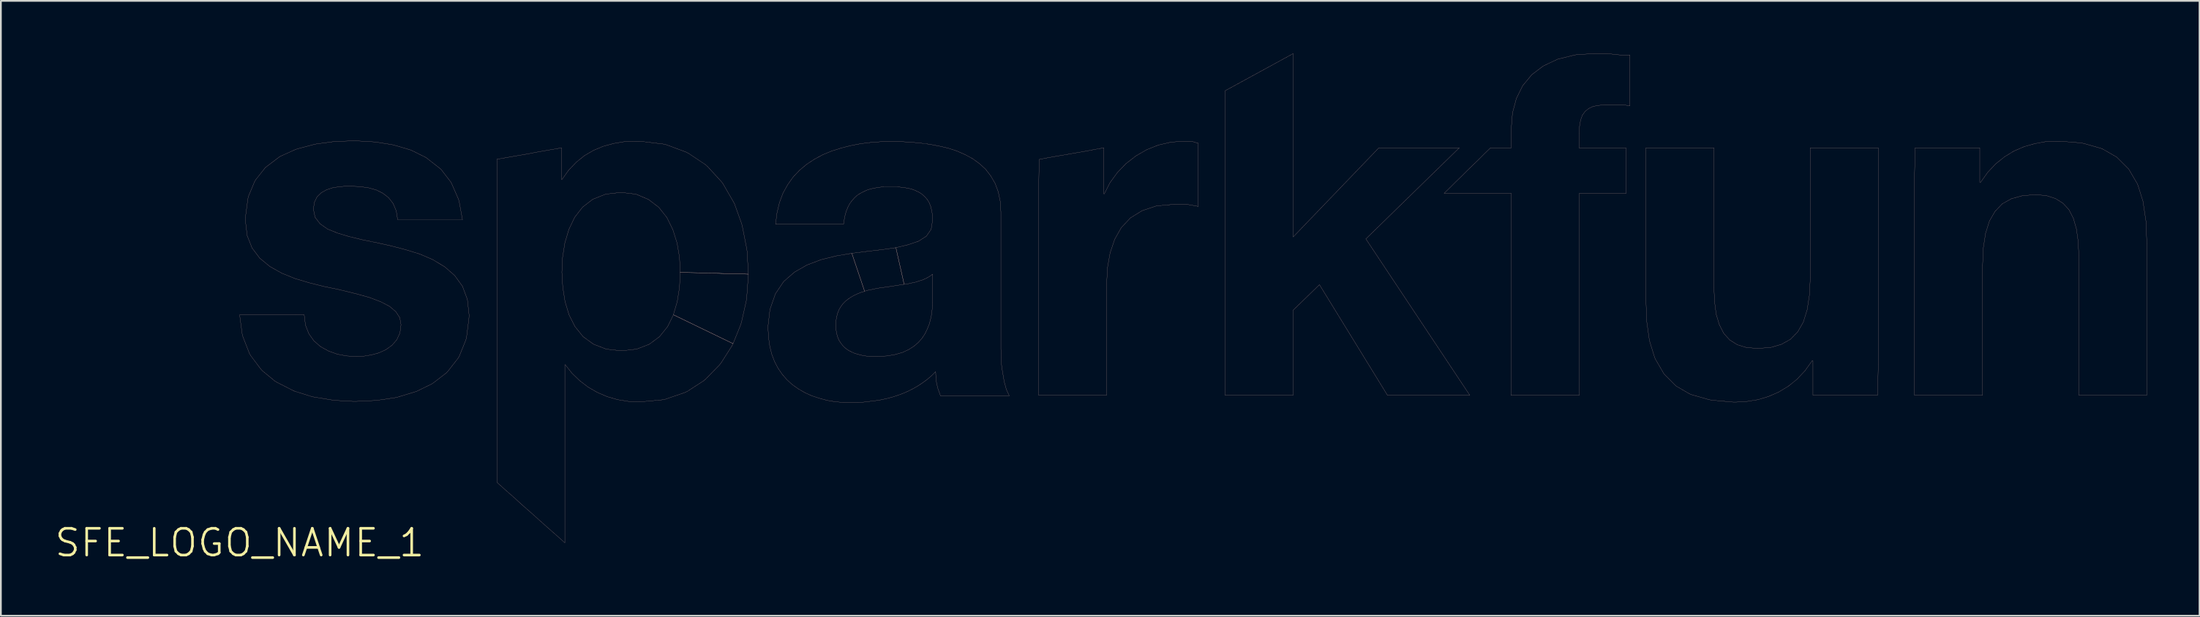
<source format=kicad_pcb>
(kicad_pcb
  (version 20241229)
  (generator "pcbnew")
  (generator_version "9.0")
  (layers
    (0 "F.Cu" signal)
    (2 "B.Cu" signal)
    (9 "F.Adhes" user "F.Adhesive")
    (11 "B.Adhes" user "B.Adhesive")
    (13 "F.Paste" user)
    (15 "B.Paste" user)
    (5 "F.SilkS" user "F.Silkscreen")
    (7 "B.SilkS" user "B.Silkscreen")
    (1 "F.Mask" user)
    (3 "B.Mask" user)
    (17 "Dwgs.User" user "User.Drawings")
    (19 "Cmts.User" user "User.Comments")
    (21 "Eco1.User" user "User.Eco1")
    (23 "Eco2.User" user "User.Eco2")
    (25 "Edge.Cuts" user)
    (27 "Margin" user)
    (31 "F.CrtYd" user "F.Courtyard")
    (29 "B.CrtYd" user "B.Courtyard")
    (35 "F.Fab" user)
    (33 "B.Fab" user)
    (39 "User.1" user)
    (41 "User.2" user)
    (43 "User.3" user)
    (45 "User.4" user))
  (footprint "SFE_LOGO_NAME_1"
    (layer "F.Cu")
    (at 10.595 27.883)
    (property "Reference" "SFE_LOGO_NAME_1" (at 0 0 0) (layer "F.SilkS") (effects (font (size 1.524 1.524) (thickness 0.15))))
    (attr exclude_from_pos_files exclude_from_bom)
    (fp_line (start 0 -12.99) (end 3.218 -12.99) (stroke (width 0.008) (type solid)) (layer "B.SilkS"))
    (fp_line (start 0.15 -11.869) (end 0 -12.99) (stroke (width 0.008) (type solid)) (layer "B.SilkS"))
    (fp_line (start 0.188 -11.74) (end 0.15 -11.869) (stroke (width 0.008) (type solid)) (layer "B.SilkS"))
    (fp_line (start 0.328 -18.539) (end 0.47 -19.599) (stroke (width 0.008) (type solid)) (layer "B.SilkS"))
    (fp_line (start 0.328 -18.369) (end 0.328 -18.539) (stroke (width 0.008) (type solid)) (layer "B.SilkS"))
    (fp_line (start 0.429 -17.508) (end 0.328 -18.369) (stroke (width 0.008) (type solid)) (layer "B.SilkS"))
    (fp_line (start 0.47 -19.599) (end 0.498 -19.738) (stroke (width 0.008) (type solid)) (layer "B.SilkS"))
    (fp_line (start 0.498 -19.738) (end 0.859 -20.599) (stroke (width 0.008) (type solid)) (layer "B.SilkS"))
    (fp_line (start 0.559 -10.79) (end 0.188 -11.74) (stroke (width 0.008) (type solid)) (layer "B.SilkS"))
    (fp_line (start 0.63 -10.668) (end 0.559 -10.79) (stroke (width 0.008) (type solid)) (layer "B.SilkS"))
    (fp_line (start 0.709 -16.8) (end 0.429 -17.508) (stroke (width 0.008) (type solid)) (layer "B.SilkS"))
    (fp_line (start 0.859 -20.599) (end 0.93 -20.709) (stroke (width 0.008) (type solid)) (layer "B.SilkS"))
    (fp_line (start 0.93 -20.709) (end 1.468 -21.389) (stroke (width 0.008) (type solid)) (layer "B.SilkS"))
    (fp_line (start 1.148 -16.218) (end 0.709 -16.8) (stroke (width 0.008) (type solid)) (layer "B.SilkS"))
    (fp_line (start 1.199 -9.909) (end 0.63 -10.668) (stroke (width 0.008) (type solid)) (layer "B.SilkS"))
    (fp_line (start 1.288 -9.809) (end 1.199 -9.909) (stroke (width 0.008) (type solid)) (layer "B.SilkS"))
    (fp_line (start 1.468 -21.389) (end 2.258 -21.989) (stroke (width 0.008) (type solid)) (layer "B.SilkS"))
    (fp_line (start 1.72 -15.748) (end 1.148 -16.218) (stroke (width 0.008) (type solid)) (layer "B.SilkS"))
    (fp_line (start 2.019 -9.207) (end 1.288 -9.809) (stroke (width 0.008) (type solid)) (layer "B.SilkS"))
    (fp_line (start 2.139 -9.139) (end 2.019 -9.207) (stroke (width 0.008) (type solid)) (layer "B.SilkS"))
    (fp_line (start 2.258 -21.989) (end 2.37 -22.05) (stroke (width 0.008) (type solid)) (layer "B.SilkS"))
    (fp_line (start 2.37 -22.05) (end 3.188 -22.418) (stroke (width 0.008) (type solid)) (layer "B.SilkS"))
    (fp_line (start 2.388 -15.37) (end 1.72 -15.748) (stroke (width 0.008) (type solid)) (layer "B.SilkS"))
    (fp_line (start 3 -8.7) (end 2.139 -9.139) (stroke (width 0.008) (type solid)) (layer "B.SilkS"))
    (fp_line (start 3.129 -8.639) (end 3 -8.7) (stroke (width 0.008) (type solid)) (layer "B.SilkS"))
    (fp_line (start 3.15 -15.06) (end 2.388 -15.37) (stroke (width 0.008) (type solid)) (layer "B.SilkS"))
    (fp_line (start 3.188 -22.418) (end 3.32 -22.459) (stroke (width 0.008) (type solid)) (layer "B.SilkS"))
    (fp_line (start 3.218 -12.99) (end 3.678 -12.99) (stroke (width 0.008) (type solid)) (layer "B.SilkS"))
    (fp_line (start 3.32 -22.459) (end 4.229 -22.7) (stroke (width 0.008) (type solid)) (layer "B.SilkS"))
    (fp_line (start 3.678 -12.99) (end 3.749 -12.408) (stroke (width 0.008) (type solid)) (layer "B.SilkS"))
    (fp_line (start 3.749 -12.408) (end 3.94 -11.918) (stroke (width 0.008) (type solid)) (layer "B.SilkS"))
    (fp_line (start 3.94 -11.918) (end 4.229 -11.509) (stroke (width 0.008) (type solid)) (layer "B.SilkS"))
    (fp_line (start 3.96 -14.818) (end 3.15 -15.06) (stroke (width 0.008) (type solid)) (layer "B.SilkS"))
    (fp_line (start 4.089 -8.339) (end 3.129 -8.639) (stroke (width 0.008) (type solid)) (layer "B.SilkS"))
    (fp_line (start 4.199 -19.02) (end 4.298 -18.55) (stroke (width 0.008) (type solid)) (layer "B.SilkS"))
    (fp_line (start 4.229 -22.7) (end 4.359 -22.728) (stroke (width 0.008) (type solid)) (layer "B.SilkS"))
    (fp_line (start 4.229 -11.509) (end 4.608 -11.179) (stroke (width 0.008) (type solid)) (layer "B.SilkS"))
    (fp_line (start 4.229 -8.308) (end 4.089 -8.339) (stroke (width 0.008) (type solid)) (layer "B.SilkS"))
    (fp_line (start 4.26 -19.408) (end 4.199 -19.02) (stroke (width 0.008) (type solid)) (layer "B.SilkS"))
    (fp_line (start 4.298 -18.55) (end 4.58 -18.179) (stroke (width 0.008) (type solid)) (layer "B.SilkS"))
    (fp_line (start 4.359 -22.728) (end 5.329 -22.86) (stroke (width 0.008) (type solid)) (layer "B.SilkS"))
    (fp_line (start 4.409 -19.718) (end 4.26 -19.408) (stroke (width 0.008) (type solid)) (layer "B.SilkS"))
    (fp_line (start 4.58 -18.179) (end 5.009 -17.879) (stroke (width 0.008) (type solid)) (layer "B.SilkS"))
    (fp_line (start 4.608 -11.179) (end 5.06 -10.93) (stroke (width 0.008) (type solid)) (layer "B.SilkS"))
    (fp_line (start 4.648 -19.949) (end 4.409 -19.718) (stroke (width 0.008) (type solid)) (layer "B.SilkS"))
    (fp_line (start 4.798 -14.608) (end 3.96 -14.818) (stroke (width 0.008) (type solid)) (layer "B.SilkS"))
    (fp_line (start 4.948 -20.119) (end 4.648 -19.949) (stroke (width 0.008) (type solid)) (layer "B.SilkS"))
    (fp_line (start 5.009 -17.879) (end 5.578 -17.648) (stroke (width 0.008) (type solid)) (layer "B.SilkS"))
    (fp_line (start 5.06 -10.93) (end 5.558 -10.749) (stroke (width 0.008) (type solid)) (layer "B.SilkS"))
    (fp_line (start 5.258 -8.138) (end 4.229 -8.308) (stroke (width 0.008) (type solid)) (layer "B.SilkS"))
    (fp_line (start 5.288 -20.229) (end 4.948 -20.119) (stroke (width 0.008) (type solid)) (layer "B.SilkS"))
    (fp_line (start 5.329 -22.86) (end 5.469 -22.868) (stroke (width 0.008) (type solid)) (layer "B.SilkS"))
    (fp_line (start 5.408 -8.118) (end 5.258 -8.138) (stroke (width 0.008) (type solid)) (layer "B.SilkS"))
    (fp_line (start 5.469 -22.868) (end 6.459 -22.908) (stroke (width 0.008) (type solid)) (layer "B.SilkS"))
    (fp_line (start 5.558 -10.749) (end 6.099 -10.648) (stroke (width 0.008) (type solid)) (layer "B.SilkS"))
    (fp_line (start 5.578 -17.648) (end 6.238 -17.45) (stroke (width 0.008) (type solid)) (layer "B.SilkS"))
    (fp_line (start 5.649 -20.29) (end 5.288 -20.229) (stroke (width 0.008) (type solid)) (layer "B.SilkS"))
    (fp_line (start 5.659 -14.43) (end 4.798 -14.608) (stroke (width 0.008) (type solid)) (layer "B.SilkS"))
    (fp_line (start 5.779 -14.399) (end 5.659 -14.43) (stroke (width 0.008) (type solid)) (layer "B.SilkS"))
    (fp_line (start 6.01 -20.32) (end 5.649 -20.29) (stroke (width 0.008) (type solid)) (layer "B.SilkS"))
    (fp_line (start 6.099 -10.648) (end 6.66 -10.62) (stroke (width 0.008) (type solid)) (layer "B.SilkS"))
    (fp_line (start 6.238 -17.45) (end 6.988 -17.269) (stroke (width 0.008) (type solid)) (layer "B.SilkS"))
    (fp_line (start 6.358 -20.32) (end 6.01 -20.32) (stroke (width 0.008) (type solid)) (layer "B.SilkS"))
    (fp_line (start 6.459 -22.908) (end 6.609 -22.908) (stroke (width 0.008) (type solid)) (layer "B.SilkS"))
    (fp_line (start 6.469 -8.059) (end 5.408 -8.118) (stroke (width 0.008) (type solid)) (layer "B.SilkS"))
    (fp_line (start 6.609 -22.908) (end 7.6 -22.85) (stroke (width 0.008) (type solid)) (layer "B.SilkS"))
    (fp_line (start 6.629 -8.059) (end 6.469 -8.059) (stroke (width 0.008) (type solid)) (layer "B.SilkS"))
    (fp_line (start 6.65 -14.188) (end 5.779 -14.399) (stroke (width 0.008) (type solid)) (layer "B.SilkS"))
    (fp_line (start 6.66 -10.62) (end 7.079 -10.638) (stroke (width 0.008) (type solid)) (layer "B.SilkS"))
    (fp_line (start 6.858 -20.3) (end 6.358 -20.32) (stroke (width 0.008) (type solid)) (layer "B.SilkS"))
    (fp_line (start 6.988 -17.269) (end 7.777 -17.109) (stroke (width 0.008) (type solid)) (layer "B.SilkS"))
    (fp_line (start 7.079 -10.638) (end 7.508 -10.709) (stroke (width 0.008) (type solid)) (layer "B.SilkS"))
    (fp_line (start 7.338 -20.229) (end 6.858 -20.3) (stroke (width 0.008) (type solid)) (layer "B.SilkS"))
    (fp_line (start 7.399 -13.978) (end 6.65 -14.188) (stroke (width 0.008) (type solid)) (layer "B.SilkS"))
    (fp_line (start 7.508 -10.709) (end 7.938 -10.828) (stroke (width 0.008) (type solid)) (layer "B.SilkS"))
    (fp_line (start 7.6 -22.85) (end 7.739 -22.84) (stroke (width 0.008) (type solid)) (layer "B.SilkS"))
    (fp_line (start 7.668 -8.108) (end 6.629 -8.059) (stroke (width 0.008) (type solid)) (layer "B.SilkS"))
    (fp_line (start 7.739 -22.84) (end 8.679 -22.69) (stroke (width 0.008) (type solid)) (layer "B.SilkS"))
    (fp_line (start 7.777 -20.109) (end 7.338 -20.229) (stroke (width 0.008) (type solid)) (layer "B.SilkS"))
    (fp_line (start 7.777 -17.109) (end 8.588 -16.929) (stroke (width 0.008) (type solid)) (layer "B.SilkS"))
    (fp_line (start 7.818 -8.118) (end 7.668 -8.108) (stroke (width 0.008) (type solid)) (layer "B.SilkS"))
    (fp_line (start 7.938 -10.828) (end 8.329 -11.008) (stroke (width 0.008) (type solid)) (layer "B.SilkS"))
    (fp_line (start 8.029 -13.739) (end 7.399 -13.978) (stroke (width 0.008) (type solid)) (layer "B.SilkS"))
    (fp_line (start 8.158 -19.919) (end 7.777 -20.109) (stroke (width 0.008) (type solid)) (layer "B.SilkS"))
    (fp_line (start 8.329 -11.008) (end 8.679 -11.26) (stroke (width 0.008) (type solid)) (layer "B.SilkS"))
    (fp_line (start 8.479 -19.67) (end 8.158 -19.919) (stroke (width 0.008) (type solid)) (layer "B.SilkS"))
    (fp_line (start 8.529 -13.48) (end 8.029 -13.739) (stroke (width 0.008) (type solid)) (layer "B.SilkS"))
    (fp_line (start 8.588 -16.929) (end 9.439 -16.708) (stroke (width 0.008) (type solid)) (layer "B.SilkS"))
    (fp_line (start 8.679 -22.69) (end 8.809 -22.659) (stroke (width 0.008) (type solid)) (layer "B.SilkS"))
    (fp_line (start 8.679 -11.26) (end 8.948 -11.57) (stroke (width 0.008) (type solid)) (layer "B.SilkS"))
    (fp_line (start 8.738 -19.34) (end 8.479 -19.67) (stroke (width 0.008) (type solid)) (layer "B.SilkS"))
    (fp_line (start 8.809 -22.659) (end 9.698 -22.398) (stroke (width 0.008) (type solid)) (layer "B.SilkS"))
    (fp_line (start 8.839 -8.268) (end 7.818 -8.118) (stroke (width 0.008) (type solid)) (layer "B.SilkS"))
    (fp_line (start 8.89 -13.178) (end 8.529 -13.48) (stroke (width 0.008) (type solid)) (layer "B.SilkS"))
    (fp_line (start 8.918 -18.918) (end 8.738 -19.34) (stroke (width 0.008) (type solid)) (layer "B.SilkS"))
    (fp_line (start 8.948 -11.57) (end 9.129 -11.958) (stroke (width 0.008) (type solid)) (layer "B.SilkS"))
    (fp_line (start 8.979 -8.298) (end 8.839 -8.268) (stroke (width 0.008) (type solid)) (layer "B.SilkS"))
    (fp_line (start 8.999 -18.41) (end 8.918 -18.918) (stroke (width 0.008) (type solid)) (layer "B.SilkS"))
    (fp_line (start 9.119 -12.83) (end 8.89 -13.178) (stroke (width 0.008) (type solid)) (layer "B.SilkS"))
    (fp_line (start 9.129 -11.958) (end 9.19 -12.428) (stroke (width 0.008) (type solid)) (layer "B.SilkS"))
    (fp_line (start 9.19 -12.428) (end 9.119 -12.83) (stroke (width 0.008) (type solid)) (layer "B.SilkS"))
    (fp_line (start 9.439 -16.708) (end 10.249 -16.459) (stroke (width 0.008) (type solid)) (layer "B.SilkS"))
    (fp_line (start 9.698 -22.398) (end 9.82 -22.349) (stroke (width 0.008) (type solid)) (layer "B.SilkS"))
    (fp_line (start 9.82 -22.349) (end 10.61 -21.958) (stroke (width 0.008) (type solid)) (layer "B.SilkS"))
    (fp_line (start 9.939 -8.588) (end 8.979 -8.298) (stroke (width 0.008) (type solid)) (layer "B.SilkS"))
    (fp_line (start 10.069 -8.628) (end 9.939 -8.588) (stroke (width 0.008) (type solid)) (layer "B.SilkS"))
    (fp_line (start 10.249 -16.459) (end 10.998 -16.139) (stroke (width 0.008) (type solid)) (layer "B.SilkS"))
    (fp_line (start 10.61 -21.958) (end 11.389 -21.349) (stroke (width 0.008) (type solid)) (layer "B.SilkS"))
    (fp_line (start 10.93 -9.047) (end 10.069 -8.628) (stroke (width 0.008) (type solid)) (layer "B.SilkS"))
    (fp_line (start 10.998 -16.139) (end 11.679 -15.728) (stroke (width 0.008) (type solid)) (layer "B.SilkS"))
    (fp_line (start 11.039 -9.119) (end 10.93 -9.047) (stroke (width 0.008) (type solid)) (layer "B.SilkS"))
    (fp_line (start 11.389 -21.349) (end 11.478 -21.27) (stroke (width 0.008) (type solid)) (layer "B.SilkS"))
    (fp_line (start 11.478 -21.27) (end 12.019 -20.569) (stroke (width 0.008) (type solid)) (layer "B.SilkS"))
    (fp_line (start 11.679 -15.728) (end 12.248 -15.23) (stroke (width 0.008) (type solid)) (layer "B.SilkS"))
    (fp_line (start 11.778 -9.688) (end 11.039 -9.119) (stroke (width 0.008) (type solid)) (layer "B.SilkS"))
    (fp_line (start 11.869 -9.789) (end 11.778 -9.688) (stroke (width 0.008) (type solid)) (layer "B.SilkS"))
    (fp_line (start 12.019 -20.569) (end 12.078 -20.46) (stroke (width 0.008) (type solid)) (layer "B.SilkS"))
    (fp_line (start 12.078 -20.46) (end 12.459 -19.588) (stroke (width 0.008) (type solid)) (layer "B.SilkS"))
    (fp_line (start 12.248 -15.23) (end 12.69 -14.618) (stroke (width 0.008) (type solid)) (layer "B.SilkS"))
    (fp_line (start 12.438 -10.518) (end 11.869 -9.789) (stroke (width 0.008) (type solid)) (layer "B.SilkS"))
    (fp_line (start 12.459 -19.588) (end 12.499 -19.459) (stroke (width 0.008) (type solid)) (layer "B.SilkS"))
    (fp_line (start 12.499 -19.459) (end 12.69 -18.41) (stroke (width 0.008) (type solid)) (layer "B.SilkS"))
    (fp_line (start 12.509 -10.638) (end 12.438 -10.518) (stroke (width 0.008) (type solid)) (layer "B.SilkS"))
    (fp_line (start 12.69 -18.41) (end 8.999 -18.41) (stroke (width 0.008) (type solid)) (layer "B.SilkS"))
    (fp_line (start 12.69 -14.618) (end 12.969 -13.868) (stroke (width 0.008) (type solid)) (layer "B.SilkS"))
    (fp_line (start 12.878 -11.549) (end 12.509 -10.638) (stroke (width 0.008) (type solid)) (layer "B.SilkS"))
    (fp_line (start 12.918 -11.689) (end 12.878 -11.549) (stroke (width 0.008) (type solid)) (layer "B.SilkS"))
    (fp_line (start 12.969 -13.868) (end 13.068 -12.969) (stroke (width 0.008) (type solid)) (layer "B.SilkS"))
    (fp_line (start 13.058 -12.799) (end 12.918 -11.689) (stroke (width 0.008) (type solid)) (layer "B.SilkS"))
    (fp_line (start 13.068 -12.969) (end 13.058 -12.799) (stroke (width 0.008) (type solid)) (layer "B.SilkS"))
    (fp_line (start 14.648 -21.859) (end 15.108 -21.938) (stroke (width 0.008) (type solid)) (layer "B.SilkS"))
    (fp_line (start 14.648 -3.449) (end 14.648 -21.859) (stroke (width 0.008) (type solid)) (layer "B.SilkS"))
    (fp_line (start 15.108 -21.938) (end 15.568 -22.019) (stroke (width 0.008) (type solid)) (layer "B.SilkS"))
    (fp_line (start 15.128 -3.018) (end 14.648 -3.449) (stroke (width 0.008) (type solid)) (layer "B.SilkS"))
    (fp_line (start 15.568 -22.019) (end 16.03 -22.098) (stroke (width 0.008) (type solid)) (layer "B.SilkS"))
    (fp_line (start 15.618 -2.588) (end 15.128 -3.018) (stroke (width 0.008) (type solid)) (layer "B.SilkS"))
    (fp_line (start 16.03 -22.098) (end 16.49 -22.179) (stroke (width 0.008) (type solid)) (layer "B.SilkS"))
    (fp_line (start 16.099 -2.149) (end 15.618 -2.588) (stroke (width 0.008) (type solid)) (layer "B.SilkS"))
    (fp_line (start 16.49 -22.179) (end 16.949 -22.268) (stroke (width 0.008) (type solid)) (layer "B.SilkS"))
    (fp_line (start 16.589 -1.72) (end 16.099 -2.149) (stroke (width 0.008) (type solid)) (layer "B.SilkS"))
    (fp_line (start 16.949 -22.268) (end 17.409 -22.349) (stroke (width 0.008) (type solid)) (layer "B.SilkS"))
    (fp_line (start 17.069 -1.288) (end 16.589 -1.72) (stroke (width 0.008) (type solid)) (layer "B.SilkS"))
    (fp_line (start 17.409 -22.349) (end 17.869 -22.428) (stroke (width 0.008) (type solid)) (layer "B.SilkS"))
    (fp_line (start 17.549 -0.859) (end 17.069 -1.288) (stroke (width 0.008) (type solid)) (layer "B.SilkS"))
    (fp_line (start 17.869 -22.428) (end 18.329 -22.509) (stroke (width 0.008) (type solid)) (layer "B.SilkS"))
    (fp_line (start 18.039 -0.429) (end 17.549 -0.859) (stroke (width 0.008) (type solid)) (layer "B.SilkS"))
    (fp_line (start 18.329 -22.509) (end 18.329 -20.709) (stroke (width 0.008) (type solid)) (layer "B.SilkS"))
    (fp_line (start 18.329 -20.709) (end 18.359 -20.709) (stroke (width 0.008) (type solid)) (layer "B.SilkS"))
    (fp_line (start 18.349 -15.418) (end 18.4 -14.569) (stroke (width 0.008) (type solid)) (layer "B.SilkS"))
    (fp_line (start 18.359 -20.709) (end 18.738 -21.239) (stroke (width 0.008) (type solid)) (layer "B.SilkS"))
    (fp_line (start 18.39 -16.269) (end 18.349 -15.418) (stroke (width 0.008) (type solid)) (layer "B.SilkS"))
    (fp_line (start 18.4 -14.569) (end 18.529 -13.749) (stroke (width 0.008) (type solid)) (layer "B.SilkS"))
    (fp_line (start 18.519 -17.089) (end 18.39 -16.269) (stroke (width 0.008) (type solid)) (layer "B.SilkS"))
    (fp_line (start 18.519 -10.15) (end 18.519 0) (stroke (width 0.008) (type solid)) (layer "B.SilkS"))
    (fp_line (start 18.519 0) (end 18.039 -0.429) (stroke (width 0.008) (type solid)) (layer "B.SilkS"))
    (fp_line (start 18.529 -13.749) (end 18.758 -12.99) (stroke (width 0.008) (type solid)) (layer "B.SilkS"))
    (fp_line (start 18.539 -10.15) (end 18.519 -10.15) (stroke (width 0.008) (type solid)) (layer "B.SilkS"))
    (fp_line (start 18.738 -21.239) (end 19.169 -21.689) (stroke (width 0.008) (type solid)) (layer "B.SilkS"))
    (fp_line (start 18.748 -17.859) (end 18.519 -17.089) (stroke (width 0.008) (type solid)) (layer "B.SilkS"))
    (fp_line (start 18.758 -12.99) (end 19.098 -12.319) (stroke (width 0.008) (type solid)) (layer "B.SilkS"))
    (fp_line (start 18.928 -9.66) (end 18.539 -10.15) (stroke (width 0.008) (type solid)) (layer "B.SilkS"))
    (fp_line (start 19.078 -18.55) (end 18.748 -17.859) (stroke (width 0.008) (type solid)) (layer "B.SilkS"))
    (fp_line (start 19.098 -12.319) (end 19.558 -11.748) (stroke (width 0.008) (type solid)) (layer "B.SilkS"))
    (fp_line (start 19.169 -21.689) (end 19.639 -22.068) (stroke (width 0.008) (type solid)) (layer "B.SilkS"))
    (fp_line (start 19.367 -9.238) (end 18.928 -9.66) (stroke (width 0.008) (type solid)) (layer "B.SilkS"))
    (fp_line (start 19.528 -19.129) (end 19.078 -18.55) (stroke (width 0.008) (type solid)) (layer "B.SilkS"))
    (fp_line (start 19.558 -11.748) (end 20.15 -11.318) (stroke (width 0.008) (type solid)) (layer "B.SilkS"))
    (fp_line (start 19.639 -22.068) (end 20.16 -22.37) (stroke (width 0.008) (type solid)) (layer "B.SilkS"))
    (fp_line (start 19.848 -8.87) (end 19.367 -9.238) (stroke (width 0.008) (type solid)) (layer "B.SilkS"))
    (fp_line (start 20.109 -19.578) (end 19.528 -19.129) (stroke (width 0.008) (type solid)) (layer "B.SilkS"))
    (fp_line (start 20.15 -11.318) (end 20.869 -11.039) (stroke (width 0.008) (type solid)) (layer "B.SilkS"))
    (fp_line (start 20.16 -22.37) (end 20.709 -22.598) (stroke (width 0.008) (type solid)) (layer "B.SilkS"))
    (fp_line (start 20.368 -8.57) (end 19.848 -8.87) (stroke (width 0.008) (type solid)) (layer "B.SilkS"))
    (fp_line (start 20.709 -22.598) (end 21.298 -22.758) (stroke (width 0.008) (type solid)) (layer "B.SilkS"))
    (fp_line (start 20.838 -19.868) (end 20.109 -19.578) (stroke (width 0.008) (type solid)) (layer "B.SilkS"))
    (fp_line (start 20.869 -11.039) (end 21.74 -10.94) (stroke (width 0.008) (type solid)) (layer "B.SilkS"))
    (fp_line (start 20.93 -8.329) (end 20.368 -8.57) (stroke (width 0.008) (type solid)) (layer "B.SilkS"))
    (fp_line (start 21.298 -22.758) (end 21.907 -22.86) (stroke (width 0.008) (type solid)) (layer "B.SilkS"))
    (fp_line (start 21.519 -8.158) (end 20.93 -8.329) (stroke (width 0.008) (type solid)) (layer "B.SilkS"))
    (fp_line (start 21.709 -19.969) (end 20.838 -19.868) (stroke (width 0.008) (type solid)) (layer "B.SilkS"))
    (fp_line (start 21.74 -10.94) (end 22.609 -11.039) (stroke (width 0.008) (type solid)) (layer "B.SilkS"))
    (fp_line (start 21.907 -22.86) (end 22.558 -22.888) (stroke (width 0.008) (type solid)) (layer "B.SilkS"))
    (fp_line (start 22.139 -8.059) (end 21.519 -8.158) (stroke (width 0.008) (type solid)) (layer "B.SilkS"))
    (fp_line (start 22.558 -22.888) (end 22.758 -22.888) (stroke (width 0.008) (type solid)) (layer "B.SilkS"))
    (fp_line (start 22.568 -19.868) (end 21.709 -19.969) (stroke (width 0.008) (type solid)) (layer "B.SilkS"))
    (fp_line (start 22.609 -11.039) (end 23.33 -11.318) (stroke (width 0.008) (type solid)) (layer "B.SilkS"))
    (fp_line (start 22.758 -22.888) (end 24.1 -22.728) (stroke (width 0.008) (type solid)) (layer "B.SilkS"))
    (fp_line (start 22.769 -8.029) (end 22.139 -8.059) (stroke (width 0.008) (type solid)) (layer "B.SilkS"))
    (fp_line (start 23.279 -19.568) (end 22.568 -19.868) (stroke (width 0.008) (type solid)) (layer "B.SilkS"))
    (fp_line (start 23.33 -11.318) (end 23.909 -11.748) (stroke (width 0.008) (type solid)) (layer "B.SilkS"))
    (fp_line (start 23.868 -19.119) (end 23.279 -19.568) (stroke (width 0.008) (type solid)) (layer "B.SilkS"))
    (fp_line (start 23.909 -11.748) (end 24.369 -12.319) (stroke (width 0.008) (type solid)) (layer "B.SilkS"))
    (fp_line (start 24.059 -8.148) (end 22.769 -8.029) (stroke (width 0.008) (type solid)) (layer "B.SilkS"))
    (fp_line (start 24.1 -22.728) (end 24.28 -22.69) (stroke (width 0.008) (type solid)) (layer "B.SilkS"))
    (fp_line (start 24.229 -8.179) (end 24.059 -8.148) (stroke (width 0.008) (type solid)) (layer "B.SilkS"))
    (fp_line (start 24.28 -22.69) (end 25.418 -22.268) (stroke (width 0.008) (type solid)) (layer "B.SilkS"))
    (fp_line (start 24.328 -18.539) (end 23.868 -19.119) (stroke (width 0.008) (type solid)) (layer "B.SilkS"))
    (fp_line (start 24.369 -12.319) (end 24.699 -12.99) (stroke (width 0.008) (type solid)) (layer "B.SilkS"))
    (fp_line (start 24.668 -17.849) (end 24.328 -18.539) (stroke (width 0.008) (type solid)) (layer "B.SilkS"))
    (fp_line (start 24.699 -13) (end 24.92 -13.749) (stroke (width 0.008) (type solid)) (layer "B.SilkS"))
    (fp_line (start 24.699 -12.99) (end 28.097 -11.349) (stroke (width 0.008) (type solid)) (layer "B.SilkS"))
    (fp_line (start 24.91 -17.079) (end 24.668 -17.849) (stroke (width 0.008) (type solid)) (layer "B.SilkS"))
    (fp_line (start 24.92 -13.749) (end 25.049 -14.569) (stroke (width 0.008) (type solid)) (layer "B.SilkS"))
    (fp_line (start 25.049 -16.259) (end 24.91 -17.079) (stroke (width 0.008) (type solid)) (layer "B.SilkS"))
    (fp_line (start 25.049 -14.569) (end 25.088 -15.418) (stroke (width 0.008) (type solid)) (layer "B.SilkS"))
    (fp_line (start 25.088 -15.418) (end 28.959 -15.309) (stroke (width 0.008) (type solid)) (layer "B.SilkS"))
    (fp_line (start 25.088 -15.408) (end 25.049 -16.259) (stroke (width 0.008) (type solid)) (layer "B.SilkS"))
    (fp_line (start 25.339 -8.56) (end 24.229 -8.179) (stroke (width 0.008) (type solid)) (layer "B.SilkS"))
    (fp_line (start 25.418 -22.268) (end 25.568 -22.189) (stroke (width 0.008) (type solid)) (layer "B.SilkS"))
    (fp_line (start 25.489 -8.628) (end 25.339 -8.56) (stroke (width 0.008) (type solid)) (layer "B.SilkS"))
    (fp_line (start 25.568 -22.189) (end 26.528 -21.549) (stroke (width 0.008) (type solid)) (layer "B.SilkS"))
    (fp_line (start 26.429 -9.238) (end 25.489 -8.628) (stroke (width 0.008) (type solid)) (layer "B.SilkS"))
    (fp_line (start 26.528 -21.549) (end 26.65 -21.438) (stroke (width 0.008) (type solid)) (layer "B.SilkS"))
    (fp_line (start 26.548 -9.34) (end 26.429 -9.238) (stroke (width 0.008) (type solid)) (layer "B.SilkS"))
    (fp_line (start 26.65 -21.438) (end 27.419 -20.599) (stroke (width 0.008) (type solid)) (layer "B.SilkS"))
    (fp_line (start 27.318 -10.13) (end 26.548 -9.34) (stroke (width 0.008) (type solid)) (layer "B.SilkS"))
    (fp_line (start 27.419 -20.599) (end 27.518 -20.47) (stroke (width 0.008) (type solid)) (layer "B.SilkS"))
    (fp_line (start 27.419 -10.259) (end 27.318 -10.13) (stroke (width 0.008) (type solid)) (layer "B.SilkS"))
    (fp_line (start 27.518 -20.47) (end 28.097 -19.469) (stroke (width 0.008) (type solid)) (layer "B.SilkS"))
    (fp_line (start 28.019 -11.199) (end 27.419 -10.259) (stroke (width 0.008) (type solid)) (layer "B.SilkS"))
    (fp_line (start 28.097 -19.469) (end 28.179 -19.319) (stroke (width 0.008) (type solid)) (layer "B.SilkS"))
    (fp_line (start 28.097 -11.349) (end 24.699 -13) (stroke (width 0.008) (type solid)) (layer "B.SilkS"))
    (fp_line (start 28.097 -11.349) (end 28.019 -11.199) (stroke (width 0.008) (type solid)) (layer "B.SilkS"))
    (fp_line (start 28.179 -19.319) (end 28.588 -18.179) (stroke (width 0.008) (type solid)) (layer "B.SilkS"))
    (fp_line (start 28.529 -12.418) (end 28.097 -11.349) (stroke (width 0.008) (type solid)) (layer "B.SilkS"))
    (fp_line (start 28.578 -12.578) (end 28.529 -12.418) (stroke (width 0.008) (type solid)) (layer "B.SilkS"))
    (fp_line (start 28.588 -18.179) (end 28.628 -18.019) (stroke (width 0.008) (type solid)) (layer "B.SilkS"))
    (fp_line (start 28.628 -18.019) (end 28.87 -16.789) (stroke (width 0.008) (type solid)) (layer "B.SilkS"))
    (fp_line (start 28.839 -13.739) (end 28.578 -12.578) (stroke (width 0.008) (type solid)) (layer "B.SilkS"))
    (fp_line (start 28.87 -16.789) (end 28.898 -16.599) (stroke (width 0.008) (type solid)) (layer "B.SilkS"))
    (fp_line (start 28.87 -13.909) (end 28.839 -13.739) (stroke (width 0.008) (type solid)) (layer "B.SilkS"))
    (fp_line (start 28.898 -16.599) (end 28.969 -15.309) (stroke (width 0.008) (type solid)) (layer "B.SilkS"))
    (fp_line (start 28.959 -15.309) (end 28.959 -15.128) (stroke (width 0.008) (type solid)) (layer "B.SilkS"))
    (fp_line (start 28.959 -15.128) (end 28.87 -13.909) (stroke (width 0.008) (type solid)) (layer "B.SilkS"))
    (fp_line (start 28.969 -15.309) (end 25.088 -15.408) (stroke (width 0.008) (type solid)) (layer "B.SilkS"))
    (fp_line (start 30.089 -12.36) (end 30.198 -13.299) (stroke (width 0.008) (type solid)) (layer "B.SilkS"))
    (fp_line (start 30.089 -12.21) (end 30.089 -12.36) (stroke (width 0.008) (type solid)) (layer "B.SilkS"))
    (fp_line (start 30.119 -11.689) (end 30.089 -12.21) (stroke (width 0.008) (type solid)) (layer "B.SilkS"))
    (fp_line (start 30.188 -11.199) (end 30.119 -11.689) (stroke (width 0.008) (type solid)) (layer "B.SilkS"))
    (fp_line (start 30.198 -13.299) (end 30.508 -14.188) (stroke (width 0.008) (type solid)) (layer "B.SilkS"))
    (fp_line (start 30.3 -10.749) (end 30.188 -11.199) (stroke (width 0.008) (type solid)) (layer "B.SilkS"))
    (fp_line (start 30.46 -10.328) (end 30.3 -10.749) (stroke (width 0.008) (type solid)) (layer "B.SilkS"))
    (fp_line (start 30.508 -14.188) (end 30.978 -14.889) (stroke (width 0.008) (type solid)) (layer "B.SilkS"))
    (fp_line (start 30.518 -18.158) (end 30.599 -18.799) (stroke (width 0.008) (type solid)) (layer "B.SilkS"))
    (fp_line (start 30.599 -18.799) (end 30.739 -19.388) (stroke (width 0.008) (type solid)) (layer "B.SilkS"))
    (fp_line (start 30.658 -9.949) (end 30.46 -10.328) (stroke (width 0.008) (type solid)) (layer "B.SilkS"))
    (fp_line (start 30.739 -19.388) (end 30.94 -19.929) (stroke (width 0.008) (type solid)) (layer "B.SilkS"))
    (fp_line (start 30.899 -9.599) (end 30.658 -9.949) (stroke (width 0.008) (type solid)) (layer "B.SilkS"))
    (fp_line (start 30.94 -19.929) (end 31.209 -20.409) (stroke (width 0.008) (type solid)) (layer "B.SilkS"))
    (fp_line (start 30.978 -14.889) (end 31.598 -15.428) (stroke (width 0.008) (type solid)) (layer "B.SilkS"))
    (fp_line (start 31.168 -9.289) (end 30.899 -9.599) (stroke (width 0.008) (type solid)) (layer "B.SilkS"))
    (fp_line (start 31.209 -20.409) (end 31.519 -20.848) (stroke (width 0.008) (type solid)) (layer "B.SilkS"))
    (fp_line (start 31.478 -9.009) (end 31.168 -9.289) (stroke (width 0.008) (type solid)) (layer "B.SilkS"))
    (fp_line (start 31.519 -20.848) (end 31.88 -21.229) (stroke (width 0.008) (type solid)) (layer "B.SilkS"))
    (fp_line (start 31.598 -15.428) (end 32.319 -15.839) (stroke (width 0.008) (type solid)) (layer "B.SilkS"))
    (fp_line (start 31.819 -8.768) (end 31.478 -9.009) (stroke (width 0.008) (type solid)) (layer "B.SilkS"))
    (fp_line (start 31.88 -21.229) (end 32.288 -21.57) (stroke (width 0.008) (type solid)) (layer "B.SilkS"))
    (fp_line (start 32.179 -8.56) (end 31.819 -8.768) (stroke (width 0.008) (type solid)) (layer "B.SilkS"))
    (fp_line (start 32.288 -21.57) (end 32.728 -21.859) (stroke (width 0.008) (type solid)) (layer "B.SilkS"))
    (fp_line (start 32.319 -15.839) (end 33.119 -16.139) (stroke (width 0.008) (type solid)) (layer "B.SilkS"))
    (fp_line (start 32.578 -8.379) (end 32.179 -8.56) (stroke (width 0.008) (type solid)) (layer "B.SilkS"))
    (fp_line (start 32.728 -21.859) (end 33.208 -22.118) (stroke (width 0.008) (type solid)) (layer "B.SilkS"))
    (fp_line (start 33 -8.24) (end 32.578 -8.379) (stroke (width 0.008) (type solid)) (layer "B.SilkS"))
    (fp_line (start 33.119 -16.139) (end 33.978 -16.35) (stroke (width 0.008) (type solid)) (layer "B.SilkS"))
    (fp_line (start 33.208 -22.118) (end 33.718 -22.329) (stroke (width 0.008) (type solid)) (layer "B.SilkS"))
    (fp_line (start 33.439 -8.118) (end 33 -8.24) (stroke (width 0.008) (type solid)) (layer "B.SilkS"))
    (fp_line (start 33.718 -22.329) (end 34.26 -22.499) (stroke (width 0.008) (type solid)) (layer "B.SilkS"))
    (fp_line (start 33.909 -8.039) (end 33.439 -8.118) (stroke (width 0.008) (type solid)) (layer "B.SilkS"))
    (fp_line (start 33.95 -12.408) (end 33.96 -12.149) (stroke (width 0.008) (type solid)) (layer "B.SilkS"))
    (fp_line (start 33.96 -12.659) (end 33.95 -12.408) (stroke (width 0.008) (type solid)) (layer "B.SilkS"))
    (fp_line (start 33.96 -12.149) (end 33.998 -11.918) (stroke (width 0.008) (type solid)) (layer "B.SilkS"))
    (fp_line (start 33.978 -16.35) (end 34.859 -16.5) (stroke (width 0.008) (type solid)) (layer "B.SilkS"))
    (fp_line (start 33.998 -12.888) (end 33.96 -12.659) (stroke (width 0.008) (type solid)) (layer "B.SilkS"))
    (fp_line (start 33.998 -11.918) (end 34.059 -11.709) (stroke (width 0.008) (type solid)) (layer "B.SilkS"))
    (fp_line (start 34.059 -13.109) (end 33.998 -12.888) (stroke (width 0.008) (type solid)) (layer "B.SilkS"))
    (fp_line (start 34.059 -11.709) (end 34.138 -11.529) (stroke (width 0.008) (type solid)) (layer "B.SilkS"))
    (fp_line (start 34.138 -13.299) (end 34.059 -13.109) (stroke (width 0.008) (type solid)) (layer "B.SilkS"))
    (fp_line (start 34.138 -11.529) (end 34.249 -11.359) (stroke (width 0.008) (type solid)) (layer "B.SilkS"))
    (fp_line (start 34.239 -13.47) (end 34.138 -13.299) (stroke (width 0.008) (type solid)) (layer "B.SilkS"))
    (fp_line (start 34.249 -11.359) (end 34.369 -11.209) (stroke (width 0.008) (type solid)) (layer "B.SilkS"))
    (fp_line (start 34.26 -22.499) (end 34.808 -22.639) (stroke (width 0.008) (type solid)) (layer "B.SilkS"))
    (fp_line (start 34.359 -13.63) (end 34.239 -13.47) (stroke (width 0.008) (type solid)) (layer "B.SilkS"))
    (fp_line (start 34.369 -11.209) (end 34.508 -11.079) (stroke (width 0.008) (type solid)) (layer "B.SilkS"))
    (fp_line (start 34.389 -18.158) (end 30.518 -18.158) (stroke (width 0.008) (type solid)) (layer "B.SilkS"))
    (fp_line (start 34.389 -7.998) (end 33.909 -8.039) (stroke (width 0.008) (type solid)) (layer "B.SilkS"))
    (fp_line (start 34.43 -18.428) (end 34.389 -18.158) (stroke (width 0.008) (type solid)) (layer "B.SilkS"))
    (fp_line (start 34.478 -18.679) (end 34.43 -18.428) (stroke (width 0.008) (type solid)) (layer "B.SilkS"))
    (fp_line (start 34.498 -13.769) (end 34.359 -13.63) (stroke (width 0.008) (type solid)) (layer "B.SilkS"))
    (fp_line (start 34.508 -11.079) (end 34.668 -10.968) (stroke (width 0.008) (type solid)) (layer "B.SilkS"))
    (fp_line (start 34.549 -18.918) (end 34.478 -18.679) (stroke (width 0.008) (type solid)) (layer "B.SilkS"))
    (fp_line (start 34.638 -19.129) (end 34.549 -18.918) (stroke (width 0.008) (type solid)) (layer "B.SilkS"))
    (fp_line (start 34.648 -13.889) (end 34.498 -13.769) (stroke (width 0.008) (type solid)) (layer "B.SilkS"))
    (fp_line (start 34.668 -10.968) (end 34.839 -10.879) (stroke (width 0.008) (type solid)) (layer "B.SilkS"))
    (fp_line (start 34.74 -19.329) (end 34.638 -19.129) (stroke (width 0.008) (type solid)) (layer "B.SilkS"))
    (fp_line (start 34.808 -22.639) (end 35.38 -22.748) (stroke (width 0.008) (type solid)) (layer "B.SilkS"))
    (fp_line (start 34.808 -13.998) (end 34.648 -13.889) (stroke (width 0.008) (type solid)) (layer "B.SilkS"))
    (fp_line (start 34.839 -10.879) (end 35.019 -10.798) (stroke (width 0.008) (type solid)) (layer "B.SilkS"))
    (fp_line (start 34.859 -16.5) (end 35.588 -14.328) (stroke (width 0.008) (type solid)) (layer "B.SilkS"))
    (fp_line (start 34.859 -16.5) (end 35.738 -16.609) (stroke (width 0.008) (type solid)) (layer "B.SilkS"))
    (fp_line (start 34.869 -19.5) (end 34.74 -19.329) (stroke (width 0.008) (type solid)) (layer "B.SilkS"))
    (fp_line (start 34.989 -14.1) (end 34.808 -13.998) (stroke (width 0.008) (type solid)) (layer "B.SilkS"))
    (fp_line (start 35.009 -19.66) (end 34.869 -19.5) (stroke (width 0.008) (type solid)) (layer "B.SilkS"))
    (fp_line (start 35.019 -10.798) (end 35.22 -10.739) (stroke (width 0.008) (type solid)) (layer "B.SilkS"))
    (fp_line (start 35.159 -19.799) (end 35.009 -19.66) (stroke (width 0.008) (type solid)) (layer "B.SilkS"))
    (fp_line (start 35.179 -14.188) (end 34.989 -14.1) (stroke (width 0.008) (type solid)) (layer "B.SilkS"))
    (fp_line (start 35.22 -10.739) (end 35.418 -10.688) (stroke (width 0.008) (type solid)) (layer "B.SilkS"))
    (fp_line (start 35.22 -7.998) (end 34.389 -7.998) (stroke (width 0.008) (type solid)) (layer "B.SilkS"))
    (fp_line (start 35.329 -19.909) (end 35.159 -19.799) (stroke (width 0.008) (type solid)) (layer "B.SilkS"))
    (fp_line (start 35.38 -22.748) (end 35.969 -22.819) (stroke (width 0.008) (type solid)) (layer "B.SilkS"))
    (fp_line (start 35.38 -14.27) (end 35.179 -14.188) (stroke (width 0.008) (type solid)) (layer "B.SilkS"))
    (fp_line (start 35.418 -10.688) (end 35.639 -10.648) (stroke (width 0.008) (type solid)) (layer "B.SilkS"))
    (fp_line (start 35.519 -20.008) (end 35.329 -19.909) (stroke (width 0.008) (type solid)) (layer "B.SilkS"))
    (fp_line (start 35.54 -8.019) (end 35.22 -7.998) (stroke (width 0.008) (type solid)) (layer "B.SilkS"))
    (fp_line (start 35.588 -14.338) (end 34.859 -16.5) (stroke (width 0.008) (type solid)) (layer "B.SilkS"))
    (fp_line (start 35.588 -14.328) (end 35.38 -14.27) (stroke (width 0.008) (type solid)) (layer "B.SilkS"))
    (fp_line (start 35.639 -10.648) (end 35.86 -10.62) (stroke (width 0.008) (type solid)) (layer "B.SilkS"))
    (fp_line (start 35.717 -20.099) (end 35.519 -20.008) (stroke (width 0.008) (type solid)) (layer "B.SilkS"))
    (fp_line (start 35.738 -16.609) (end 36.579 -16.708) (stroke (width 0.008) (type solid)) (layer "B.SilkS"))
    (fp_line (start 35.799 -14.399) (end 35.588 -14.338) (stroke (width 0.008) (type solid)) (layer "B.SilkS"))
    (fp_line (start 35.86 -10.62) (end 36.33 -10.62) (stroke (width 0.008) (type solid)) (layer "B.SilkS"))
    (fp_line (start 35.87 -8.059) (end 35.54 -8.019) (stroke (width 0.008) (type solid)) (layer "B.SilkS"))
    (fp_line (start 35.938 -20.168) (end 35.717 -20.099) (stroke (width 0.008) (type solid)) (layer "B.SilkS"))
    (fp_line (start 35.969 -22.819) (end 36.558 -22.86) (stroke (width 0.008) (type solid)) (layer "B.SilkS"))
    (fp_line (start 36.02 -14.44) (end 35.799 -14.399) (stroke (width 0.008) (type solid)) (layer "B.SilkS"))
    (fp_line (start 36.17 -20.218) (end 35.938 -20.168) (stroke (width 0.008) (type solid)) (layer "B.SilkS"))
    (fp_line (start 36.198 -8.098) (end 35.87 -8.059) (stroke (width 0.008) (type solid)) (layer "B.SilkS"))
    (fp_line (start 36.238 -14.488) (end 36.02 -14.44) (stroke (width 0.008) (type solid)) (layer "B.SilkS"))
    (fp_line (start 36.33 -10.62) (end 36.858 -10.648) (stroke (width 0.008) (type solid)) (layer "B.SilkS"))
    (fp_line (start 36.419 -20.259) (end 36.17 -20.218) (stroke (width 0.008) (type solid)) (layer "B.SilkS"))
    (fp_line (start 36.469 -14.529) (end 36.238 -14.488) (stroke (width 0.008) (type solid)) (layer "B.SilkS"))
    (fp_line (start 36.518 -8.148) (end 36.198 -8.098) (stroke (width 0.008) (type solid)) (layer "B.SilkS"))
    (fp_line (start 36.558 -22.86) (end 37.689 -22.86) (stroke (width 0.008) (type solid)) (layer "B.SilkS"))
    (fp_line (start 36.579 -16.708) (end 37.368 -16.82) (stroke (width 0.008) (type solid)) (layer "B.SilkS"))
    (fp_line (start 36.678 -20.29) (end 36.419 -20.259) (stroke (width 0.008) (type solid)) (layer "B.SilkS"))
    (fp_line (start 36.698 -14.559) (end 36.469 -14.529) (stroke (width 0.008) (type solid)) (layer "B.SilkS"))
    (fp_line (start 36.838 -8.219) (end 36.518 -8.148) (stroke (width 0.008) (type solid)) (layer "B.SilkS"))
    (fp_line (start 36.858 -10.648) (end 37.328 -10.729) (stroke (width 0.008) (type solid)) (layer "B.SilkS"))
    (fp_line (start 36.929 -14.59) (end 36.698 -14.559) (stroke (width 0.008) (type solid)) (layer "B.SilkS"))
    (fp_line (start 37.148 -8.298) (end 36.838 -8.219) (stroke (width 0.008) (type solid)) (layer "B.SilkS"))
    (fp_line (start 37.158 -14.628) (end 36.929 -14.59) (stroke (width 0.008) (type solid)) (layer "B.SilkS"))
    (fp_line (start 37.328 -10.729) (end 37.739 -10.848) (stroke (width 0.008) (type solid)) (layer "B.SilkS"))
    (fp_line (start 37.368 -16.82) (end 37.838 -14.729) (stroke (width 0.008) (type solid)) (layer "B.SilkS"))
    (fp_line (start 37.368 -16.82) (end 38.07 -16.988) (stroke (width 0.008) (type solid)) (layer "B.SilkS"))
    (fp_line (start 37.389 -14.658) (end 37.158 -14.628) (stroke (width 0.008) (type solid)) (layer "B.SilkS"))
    (fp_line (start 37.46 -20.29) (end 36.678 -20.29) (stroke (width 0.008) (type solid)) (layer "B.SilkS"))
    (fp_line (start 37.46 -8.4) (end 37.148 -8.298) (stroke (width 0.008) (type solid)) (layer "B.SilkS"))
    (fp_line (start 37.62 -14.699) (end 37.389 -14.658) (stroke (width 0.008) (type solid)) (layer "B.SilkS"))
    (fp_line (start 37.689 -22.86) (end 38.23 -22.83) (stroke (width 0.008) (type solid)) (layer "B.SilkS"))
    (fp_line (start 37.689 -20.259) (end 37.46 -20.29) (stroke (width 0.008) (type solid)) (layer "B.SilkS"))
    (fp_line (start 37.739 -10.848) (end 38.09 -11.008) (stroke (width 0.008) (type solid)) (layer "B.SilkS"))
    (fp_line (start 37.76 -8.509) (end 37.46 -8.4) (stroke (width 0.008) (type solid)) (layer "B.SilkS"))
    (fp_line (start 37.838 -14.74) (end 37.368 -16.82) (stroke (width 0.008) (type solid)) (layer "B.SilkS"))
    (fp_line (start 37.838 -14.729) (end 37.62 -14.699) (stroke (width 0.008) (type solid)) (layer "B.SilkS"))
    (fp_line (start 37.92 -20.229) (end 37.689 -20.259) (stroke (width 0.008) (type solid)) (layer "B.SilkS"))
    (fp_line (start 38.059 -14.76) (end 37.838 -14.74) (stroke (width 0.008) (type solid)) (layer "B.SilkS"))
    (fp_line (start 38.059 -8.639) (end 37.76 -8.509) (stroke (width 0.008) (type solid)) (layer "B.SilkS"))
    (fp_line (start 38.07 -16.988) (end 38.659 -17.188) (stroke (width 0.008) (type solid)) (layer "B.SilkS"))
    (fp_line (start 38.09 -11.008) (end 38.39 -11.199) (stroke (width 0.008) (type solid)) (layer "B.SilkS"))
    (fp_line (start 38.138 -20.188) (end 37.92 -20.229) (stroke (width 0.008) (type solid)) (layer "B.SilkS"))
    (fp_line (start 38.23 -22.83) (end 38.768 -22.779) (stroke (width 0.008) (type solid)) (layer "B.SilkS"))
    (fp_line (start 38.268 -14.808) (end 38.059 -14.76) (stroke (width 0.008) (type solid)) (layer "B.SilkS"))
    (fp_line (start 38.339 -8.778) (end 38.059 -8.639) (stroke (width 0.008) (type solid)) (layer "B.SilkS"))
    (fp_line (start 38.349 -20.13) (end 38.138 -20.188) (stroke (width 0.008) (type solid)) (layer "B.SilkS"))
    (fp_line (start 38.39 -11.199) (end 38.649 -11.42) (stroke (width 0.008) (type solid)) (layer "B.SilkS"))
    (fp_line (start 38.468 -14.849) (end 38.268 -14.808) (stroke (width 0.008) (type solid)) (layer "B.SilkS"))
    (fp_line (start 38.539 -20.048) (end 38.349 -20.13) (stroke (width 0.008) (type solid)) (layer "B.SilkS"))
    (fp_line (start 38.618 -8.938) (end 38.339 -8.778) (stroke (width 0.008) (type solid)) (layer "B.SilkS"))
    (fp_line (start 38.649 -11.42) (end 38.859 -11.659) (stroke (width 0.008) (type solid)) (layer "B.SilkS"))
    (fp_line (start 38.659 -17.188) (end 39.108 -17.478) (stroke (width 0.008) (type solid)) (layer "B.SilkS"))
    (fp_line (start 38.659 -14.91) (end 38.468 -14.849) (stroke (width 0.008) (type solid)) (layer "B.SilkS"))
    (fp_line (start 38.72 -19.959) (end 38.539 -20.048) (stroke (width 0.008) (type solid)) (layer "B.SilkS"))
    (fp_line (start 38.768 -22.779) (end 39.309 -22.708) (stroke (width 0.008) (type solid)) (layer "B.SilkS"))
    (fp_line (start 38.849 -14.968) (end 38.659 -14.91) (stroke (width 0.008) (type solid)) (layer "B.SilkS"))
    (fp_line (start 38.859 -11.659) (end 39.03 -11.918) (stroke (width 0.008) (type solid)) (layer "B.SilkS"))
    (fp_line (start 38.88 -19.848) (end 38.72 -19.959) (stroke (width 0.008) (type solid)) (layer "B.SilkS"))
    (fp_line (start 38.89 -9.119) (end 38.618 -8.938) (stroke (width 0.008) (type solid)) (layer "B.SilkS"))
    (fp_line (start 39.019 -15.039) (end 38.849 -14.968) (stroke (width 0.008) (type solid)) (layer "B.SilkS"))
    (fp_line (start 39.03 -19.708) (end 38.88 -19.848) (stroke (width 0.008) (type solid)) (layer "B.SilkS"))
    (fp_line (start 39.03 -11.918) (end 39.159 -12.189) (stroke (width 0.008) (type solid)) (layer "B.SilkS"))
    (fp_line (start 39.108 -17.478) (end 39.378 -17.869) (stroke (width 0.008) (type solid)) (layer "B.SilkS"))
    (fp_line (start 39.149 -9.309) (end 38.89 -9.119) (stroke (width 0.008) (type solid)) (layer "B.SilkS"))
    (fp_line (start 39.159 -19.558) (end 39.03 -19.708) (stroke (width 0.008) (type solid)) (layer "B.SilkS"))
    (fp_line (start 39.159 -12.189) (end 39.268 -12.459) (stroke (width 0.008) (type solid)) (layer "B.SilkS"))
    (fp_line (start 39.179 -15.118) (end 39.019 -15.039) (stroke (width 0.008) (type solid)) (layer "B.SilkS"))
    (fp_line (start 39.268 -19.378) (end 39.159 -19.558) (stroke (width 0.008) (type solid)) (layer "B.SilkS"))
    (fp_line (start 39.268 -12.459) (end 39.34 -12.728) (stroke (width 0.008) (type solid)) (layer "B.SilkS"))
    (fp_line (start 39.309 -22.708) (end 39.83 -22.609) (stroke (width 0.008) (type solid)) (layer "B.SilkS"))
    (fp_line (start 39.329 -15.21) (end 39.179 -15.118) (stroke (width 0.008) (type solid)) (layer "B.SilkS"))
    (fp_line (start 39.34 -12.728) (end 39.398 -13) (stroke (width 0.008) (type solid)) (layer "B.SilkS"))
    (fp_line (start 39.35 -19.169) (end 39.268 -19.378) (stroke (width 0.008) (type solid)) (layer "B.SilkS"))
    (fp_line (start 39.378 -17.869) (end 39.459 -18.39) (stroke (width 0.008) (type solid)) (layer "B.SilkS"))
    (fp_line (start 39.398 -13) (end 39.428 -13.249) (stroke (width 0.008) (type solid)) (layer "B.SilkS"))
    (fp_line (start 39.398 -9.52) (end 39.149 -9.309) (stroke (width 0.008) (type solid)) (layer "B.SilkS"))
    (fp_line (start 39.408 -18.938) (end 39.35 -19.169) (stroke (width 0.008) (type solid)) (layer "B.SilkS"))
    (fp_line (start 39.428 -13.249) (end 39.449 -13.48) (stroke (width 0.008) (type solid)) (layer "B.SilkS"))
    (fp_line (start 39.449 -18.679) (end 39.408 -18.938) (stroke (width 0.008) (type solid)) (layer "B.SilkS"))
    (fp_line (start 39.449 -13.48) (end 39.459 -13.688) (stroke (width 0.008) (type solid)) (layer "B.SilkS"))
    (fp_line (start 39.459 -18.39) (end 39.449 -18.679) (stroke (width 0.008) (type solid)) (layer "B.SilkS"))
    (fp_line (start 39.459 -15.309) (end 39.329 -15.21) (stroke (width 0.008) (type solid)) (layer "B.SilkS"))
    (fp_line (start 39.459 -13.688) (end 39.459 -15.309) (stroke (width 0.008) (type solid)) (layer "B.SilkS"))
    (fp_line (start 39.629 -9.749) (end 39.398 -9.52) (stroke (width 0.008) (type solid)) (layer "B.SilkS"))
    (fp_line (start 39.639 -9.66) (end 39.629 -9.749) (stroke (width 0.008) (type solid)) (layer "B.SilkS"))
    (fp_line (start 39.639 -9.578) (end 39.639 -9.66) (stroke (width 0.008) (type solid)) (layer "B.SilkS"))
    (fp_line (start 39.649 -9.489) (end 39.639 -9.578) (stroke (width 0.008) (type solid)) (layer "B.SilkS"))
    (fp_line (start 39.649 -9.398) (end 39.649 -9.489) (stroke (width 0.008) (type solid)) (layer "B.SilkS"))
    (fp_line (start 39.66 -9.319) (end 39.649 -9.398) (stroke (width 0.008) (type solid)) (layer "B.SilkS"))
    (fp_line (start 39.67 -9.228) (end 39.66 -9.319) (stroke (width 0.008) (type solid)) (layer "B.SilkS"))
    (fp_line (start 39.68 -9.139) (end 39.67 -9.228) (stroke (width 0.008) (type solid)) (layer "B.SilkS"))
    (fp_line (start 39.698 -9.047) (end 39.68 -9.139) (stroke (width 0.008) (type solid)) (layer "B.SilkS"))
    (fp_line (start 39.718 -8.969) (end 39.698 -9.047) (stroke (width 0.008) (type solid)) (layer "B.SilkS"))
    (fp_line (start 39.738 -8.88) (end 39.718 -8.969) (stroke (width 0.008) (type solid)) (layer "B.SilkS"))
    (fp_line (start 39.759 -8.799) (end 39.738 -8.88) (stroke (width 0.008) (type solid)) (layer "B.SilkS"))
    (fp_line (start 39.789 -8.71) (end 39.759 -8.799) (stroke (width 0.008) (type solid)) (layer "B.SilkS"))
    (fp_line (start 39.82 -8.628) (end 39.789 -8.71) (stroke (width 0.008) (type solid)) (layer "B.SilkS"))
    (fp_line (start 39.83 -22.609) (end 40.348 -22.489) (stroke (width 0.008) (type solid)) (layer "B.SilkS"))
    (fp_line (start 39.848 -8.55) (end 39.82 -8.628) (stroke (width 0.008) (type solid)) (layer "B.SilkS"))
    (fp_line (start 39.878 -8.458) (end 39.848 -8.55) (stroke (width 0.008) (type solid)) (layer "B.SilkS"))
    (fp_line (start 39.908 -8.379) (end 39.878 -8.458) (stroke (width 0.008) (type solid)) (layer "B.SilkS"))
    (fp_line (start 40.348 -22.489) (end 40.838 -22.329) (stroke (width 0.008) (type solid)) (layer "B.SilkS"))
    (fp_line (start 40.838 -22.329) (end 41.298 -22.128) (stroke (width 0.008) (type solid)) (layer "B.SilkS"))
    (fp_line (start 41.298 -22.128) (end 41.74 -21.89) (stroke (width 0.008) (type solid)) (layer "B.SilkS"))
    (fp_line (start 41.74 -21.89) (end 42.128 -21.608) (stroke (width 0.008) (type solid)) (layer "B.SilkS"))
    (fp_line (start 42.128 -21.608) (end 42.479 -21.288) (stroke (width 0.008) (type solid)) (layer "B.SilkS"))
    (fp_line (start 42.479 -21.288) (end 42.769 -20.909) (stroke (width 0.008) (type solid)) (layer "B.SilkS"))
    (fp_line (start 42.769 -20.909) (end 43.02 -20.477) (stroke (width 0.008) (type solid)) (layer "B.SilkS"))
    (fp_line (start 43.02 -20.477) (end 43.198 -20) (stroke (width 0.008) (type solid)) (layer "B.SilkS"))
    (fp_line (start 43.198 -20) (end 43.31 -19.459) (stroke (width 0.008) (type solid)) (layer "B.SilkS"))
    (fp_line (start 43.31 -19.459) (end 43.348 -18.86) (stroke (width 0.008) (type solid)) (layer "B.SilkS"))
    (fp_line (start 43.348 -18.86) (end 43.348 -11.039) (stroke (width 0.008) (type solid)) (layer "B.SilkS"))
    (fp_line (start 43.348 -11.039) (end 43.358 -10.798) (stroke (width 0.008) (type solid)) (layer "B.SilkS"))
    (fp_line (start 43.358 -10.798) (end 43.358 -10.569) (stroke (width 0.008) (type solid)) (layer "B.SilkS"))
    (fp_line (start 43.358 -10.569) (end 43.368 -10.338) (stroke (width 0.008) (type solid)) (layer "B.SilkS"))
    (fp_line (start 43.368 -10.338) (end 43.388 -10.109) (stroke (width 0.008) (type solid)) (layer "B.SilkS"))
    (fp_line (start 43.388 -10.109) (end 43.419 -9.898) (stroke (width 0.008) (type solid)) (layer "B.SilkS"))
    (fp_line (start 43.419 -9.898) (end 43.449 -9.68) (stroke (width 0.008) (type solid)) (layer "B.SilkS"))
    (fp_line (start 43.449 -9.68) (end 43.49 -9.479) (stroke (width 0.008) (type solid)) (layer "B.SilkS"))
    (fp_line (start 43.49 -9.479) (end 43.518 -9.289) (stroke (width 0.008) (type solid)) (layer "B.SilkS"))
    (fp_line (start 43.518 -9.289) (end 43.558 -9.098) (stroke (width 0.008) (type solid)) (layer "B.SilkS"))
    (fp_line (start 43.558 -9.098) (end 43.609 -8.928) (stroke (width 0.008) (type solid)) (layer "B.SilkS"))
    (fp_line (start 43.609 -8.928) (end 43.65 -8.768) (stroke (width 0.008) (type solid)) (layer "B.SilkS"))
    (fp_line (start 43.65 -8.768) (end 43.708 -8.628) (stroke (width 0.008) (type solid)) (layer "B.SilkS"))
    (fp_line (start 43.708 -8.628) (end 43.769 -8.499) (stroke (width 0.008) (type solid)) (layer "B.SilkS"))
    (fp_line (start 43.769 -8.499) (end 43.828 -8.379) (stroke (width 0.008) (type solid)) (layer "B.SilkS"))
    (fp_line (start 43.828 -8.379) (end 39.908 -8.379) (stroke (width 0.008) (type solid)) (layer "B.SilkS"))
    (fp_line (start 45.499 -20.168) (end 45.529 -21.849) (stroke (width 0.008) (type solid)) (layer "B.SilkS"))
    (fp_line (start 45.499 -8.41) (end 45.499 -20.168) (stroke (width 0.008) (type solid)) (layer "B.SilkS"))
    (fp_line (start 45.529 -21.849) (end 45.989 -21.938) (stroke (width 0.008) (type solid)) (layer "B.SilkS"))
    (fp_line (start 45.989 -21.938) (end 46.449 -22.019) (stroke (width 0.008) (type solid)) (layer "B.SilkS"))
    (fp_line (start 46.449 -22.019) (end 46.909 -22.098) (stroke (width 0.008) (type solid)) (layer "B.SilkS"))
    (fp_line (start 46.909 -22.098) (end 47.368 -22.179) (stroke (width 0.008) (type solid)) (layer "B.SilkS"))
    (fp_line (start 47.368 -22.179) (end 47.828 -22.258) (stroke (width 0.008) (type solid)) (layer "B.SilkS"))
    (fp_line (start 47.828 -22.258) (end 48.288 -22.339) (stroke (width 0.008) (type solid)) (layer "B.SilkS"))
    (fp_line (start 48.288 -22.339) (end 48.748 -22.428) (stroke (width 0.008) (type solid)) (layer "B.SilkS"))
    (fp_line (start 48.748 -22.428) (end 49.21 -22.509) (stroke (width 0.008) (type solid)) (layer "B.SilkS"))
    (fp_line (start 49.21 -22.509) (end 49.21 -19.888) (stroke (width 0.008) (type solid)) (layer "B.SilkS"))
    (fp_line (start 49.21 -19.888) (end 49.238 -19.888) (stroke (width 0.008) (type solid)) (layer "B.SilkS"))
    (fp_line (start 49.238 -19.888) (end 49.558 -20.518) (stroke (width 0.008) (type solid)) (layer "B.SilkS"))
    (fp_line (start 49.37 -14.76) (end 49.37 -8.41) (stroke (width 0.008) (type solid)) (layer "B.SilkS"))
    (fp_line (start 49.37 -8.41) (end 45.499 -8.41) (stroke (width 0.008) (type solid)) (layer "B.SilkS"))
    (fp_line (start 49.418 -15.679) (end 49.37 -14.76) (stroke (width 0.008) (type solid)) (layer "B.SilkS"))
    (fp_line (start 49.558 -20.518) (end 49.98 -21.1) (stroke (width 0.008) (type solid)) (layer "B.SilkS"))
    (fp_line (start 49.568 -16.528) (end 49.418 -15.679) (stroke (width 0.008) (type solid)) (layer "B.SilkS"))
    (fp_line (start 49.83 -17.3) (end 49.568 -16.528) (stroke (width 0.008) (type solid)) (layer "B.SilkS"))
    (fp_line (start 49.98 -21.1) (end 50.47 -21.608) (stroke (width 0.008) (type solid)) (layer "B.SilkS"))
    (fp_line (start 50.208 -17.968) (end 49.83 -17.3) (stroke (width 0.008) (type solid)) (layer "B.SilkS"))
    (fp_line (start 50.47 -21.608) (end 51.039 -22.05) (stroke (width 0.008) (type solid)) (layer "B.SilkS"))
    (fp_line (start 50.729 -18.519) (end 50.208 -17.968) (stroke (width 0.008) (type solid)) (layer "B.SilkS"))
    (fp_line (start 51.039 -22.05) (end 51.659 -22.408) (stroke (width 0.008) (type solid)) (layer "B.SilkS"))
    (fp_line (start 51.389 -18.928) (end 50.729 -18.519) (stroke (width 0.008) (type solid)) (layer "B.SilkS"))
    (fp_line (start 51.659 -22.408) (end 52.319 -22.669) (stroke (width 0.008) (type solid)) (layer "B.SilkS"))
    (fp_line (start 52.21 -19.2) (end 51.389 -18.928) (stroke (width 0.008) (type solid)) (layer "B.SilkS"))
    (fp_line (start 52.319 -22.669) (end 53.02 -22.83) (stroke (width 0.008) (type solid)) (layer "B.SilkS"))
    (fp_line (start 53.02 -22.83) (end 53.739 -22.888) (stroke (width 0.008) (type solid)) (layer "B.SilkS"))
    (fp_line (start 53.188 -19.289) (end 52.21 -19.2) (stroke (width 0.008) (type solid)) (layer "B.SilkS"))
    (fp_line (start 53.739 -22.888) (end 54.168 -22.888) (stroke (width 0.008) (type solid)) (layer "B.SilkS"))
    (fp_line (start 53.929 -19.289) (end 53.188 -19.289) (stroke (width 0.008) (type solid)) (layer "B.SilkS"))
    (fp_line (start 54.11 -19.258) (end 53.929 -19.289) (stroke (width 0.008) (type solid)) (layer "B.SilkS"))
    (fp_line (start 54.168 -22.888) (end 54.28 -22.86) (stroke (width 0.008) (type solid)) (layer "B.SilkS"))
    (fp_line (start 54.28 -22.86) (end 54.379 -22.83) (stroke (width 0.008) (type solid)) (layer "B.SilkS"))
    (fp_line (start 54.28 -19.228) (end 54.11 -19.258) (stroke (width 0.008) (type solid)) (layer "B.SilkS"))
    (fp_line (start 54.379 -22.83) (end 54.478 -22.799) (stroke (width 0.008) (type solid)) (layer "B.SilkS"))
    (fp_line (start 54.44 -19.2) (end 54.28 -19.228) (stroke (width 0.008) (type solid)) (layer "B.SilkS"))
    (fp_line (start 54.478 -22.799) (end 54.59 -22.769) (stroke (width 0.008) (type solid)) (layer "B.SilkS"))
    (fp_line (start 54.59 -22.769) (end 54.59 -19.169) (stroke (width 0.008) (type solid)) (layer "B.SilkS"))
    (fp_line (start 54.59 -19.169) (end 54.44 -19.2) (stroke (width 0.008) (type solid)) (layer "B.SilkS"))
    (fp_line (start 56.109 -25.758) (end 59.99 -27.879) (stroke (width 0.008) (type solid)) (layer "B.SilkS"))
    (fp_line (start 56.109 -8.41) (end 56.109 -25.758) (stroke (width 0.008) (type solid)) (layer "B.SilkS"))
    (fp_line (start 59.99 -27.879) (end 59.99 -17.429) (stroke (width 0.008) (type solid)) (layer "B.SilkS"))
    (fp_line (start 59.99 -17.429) (end 64.869 -22.509) (stroke (width 0.008) (type solid)) (layer "B.SilkS"))
    (fp_line (start 59.99 -13.259) (end 59.99 -8.41) (stroke (width 0.008) (type solid)) (layer "B.SilkS"))
    (fp_line (start 59.99 -8.41) (end 56.109 -8.41) (stroke (width 0.008) (type solid)) (layer "B.SilkS"))
    (fp_line (start 61.488 -14.709) (end 59.99 -13.259) (stroke (width 0.008) (type solid)) (layer "B.SilkS"))
    (fp_line (start 64.13 -17.318) (end 70.048 -8.41) (stroke (width 0.008) (type solid)) (layer "B.SilkS"))
    (fp_line (start 64.869 -22.509) (end 69.449 -22.509) (stroke (width 0.008) (type solid)) (layer "B.SilkS"))
    (fp_line (start 65.359 -8.41) (end 61.488 -14.709) (stroke (width 0.008) (type solid)) (layer "B.SilkS"))
    (fp_line (start 68.588 -19.919) (end 68.918 -20.239) (stroke (width 0.008) (type solid)) (layer "B.SilkS"))
    (fp_line (start 68.918 -20.239) (end 69.248 -20.569) (stroke (width 0.008) (type solid)) (layer "B.SilkS"))
    (fp_line (start 69.248 -20.569) (end 69.578 -20.889) (stroke (width 0.008) (type solid)) (layer "B.SilkS"))
    (fp_line (start 69.449 -22.509) (end 64.13 -17.318) (stroke (width 0.008) (type solid)) (layer "B.SilkS"))
    (fp_line (start 69.578 -20.889) (end 69.908 -21.219) (stroke (width 0.008) (type solid)) (layer "B.SilkS"))
    (fp_line (start 69.908 -21.219) (end 70.239 -21.539) (stroke (width 0.008) (type solid)) (layer "B.SilkS"))
    (fp_line (start 70.048 -8.41) (end 65.359 -8.41) (stroke (width 0.008) (type solid)) (layer "B.SilkS"))
    (fp_line (start 70.239 -21.539) (end 70.569 -21.859) (stroke (width 0.008) (type solid)) (layer "B.SilkS"))
    (fp_line (start 70.569 -21.859) (end 70.899 -22.189) (stroke (width 0.008) (type solid)) (layer "B.SilkS"))
    (fp_line (start 70.899 -22.189) (end 71.229 -22.509) (stroke (width 0.008) (type solid)) (layer "B.SilkS"))
    (fp_line (start 71.229 -22.509) (end 72.408 -22.509) (stroke (width 0.008) (type solid)) (layer "B.SilkS"))
    (fp_line (start 72.398 -18.468) (end 72.408 -19.919) (stroke (width 0.008) (type solid)) (layer "B.SilkS"))
    (fp_line (start 72.398 -8.4) (end 72.398 -18.468) (stroke (width 0.008) (type solid)) (layer "B.SilkS"))
    (fp_line (start 72.408 -23.589) (end 72.479 -24.498) (stroke (width 0.008) (type solid)) (layer "B.SilkS"))
    (fp_line (start 72.408 -22.509) (end 72.408 -23.589) (stroke (width 0.008) (type solid)) (layer "B.SilkS"))
    (fp_line (start 72.408 -19.919) (end 68.588 -19.919) (stroke (width 0.008) (type solid)) (layer "B.SilkS"))
    (fp_line (start 72.479 -24.498) (end 72.7 -25.319) (stroke (width 0.008) (type solid)) (layer "B.SilkS"))
    (fp_line (start 72.7 -25.319) (end 73.058 -26.048) (stroke (width 0.008) (type solid)) (layer "B.SilkS"))
    (fp_line (start 73.058 -26.048) (end 73.579 -26.678) (stroke (width 0.008) (type solid)) (layer "B.SilkS"))
    (fp_line (start 73.579 -26.678) (end 74.239 -27.178) (stroke (width 0.008) (type solid)) (layer "B.SilkS"))
    (fp_line (start 74.239 -27.178) (end 75.049 -27.559) (stroke (width 0.008) (type solid)) (layer "B.SilkS"))
    (fp_line (start 75.049 -27.559) (end 76.01 -27.798) (stroke (width 0.008) (type solid)) (layer "B.SilkS"))
    (fp_line (start 76.01 -27.798) (end 76.139 -27.818) (stroke (width 0.008) (type solid)) (layer "B.SilkS"))
    (fp_line (start 76.139 -27.818) (end 77.13 -27.879) (stroke (width 0.008) (type solid)) (layer "B.SilkS"))
    (fp_line (start 76.279 -23.348) (end 76.279 -22.499) (stroke (width 0.008) (type solid)) (layer "B.SilkS"))
    (fp_line (start 76.279 -22.499) (end 78.948 -22.499) (stroke (width 0.008) (type solid)) (layer "B.SilkS"))
    (fp_line (start 76.279 -19.909) (end 76.279 -8.4) (stroke (width 0.008) (type solid)) (layer "B.SilkS"))
    (fp_line (start 76.279 -8.4) (end 72.398 -8.4) (stroke (width 0.008) (type solid)) (layer "B.SilkS"))
    (fp_line (start 76.299 -23.749) (end 76.279 -23.348) (stroke (width 0.008) (type solid)) (layer "B.SilkS"))
    (fp_line (start 76.357 -24.089) (end 76.299 -23.749) (stroke (width 0.008) (type solid)) (layer "B.SilkS"))
    (fp_line (start 76.459 -24.369) (end 76.357 -24.089) (stroke (width 0.008) (type solid)) (layer "B.SilkS"))
    (fp_line (start 76.619 -24.59) (end 76.459 -24.369) (stroke (width 0.008) (type solid)) (layer "B.SilkS"))
    (fp_line (start 76.82 -24.75) (end 76.619 -24.59) (stroke (width 0.008) (type solid)) (layer "B.SilkS"))
    (fp_line (start 77.069 -24.869) (end 76.82 -24.75) (stroke (width 0.008) (type solid)) (layer "B.SilkS"))
    (fp_line (start 77.13 -27.879) (end 77.899 -27.879) (stroke (width 0.008) (type solid)) (layer "B.SilkS"))
    (fp_line (start 77.379 -24.928) (end 77.069 -24.869) (stroke (width 0.008) (type solid)) (layer "B.SilkS"))
    (fp_line (start 77.749 -24.958) (end 77.379 -24.928) (stroke (width 0.008) (type solid)) (layer "B.SilkS"))
    (fp_line (start 77.899 -27.879) (end 78.158 -27.849) (stroke (width 0.008) (type solid)) (layer "B.SilkS"))
    (fp_line (start 78.158 -27.849) (end 78.42 -27.818) (stroke (width 0.008) (type solid)) (layer "B.SilkS"))
    (fp_line (start 78.42 -27.818) (end 78.669 -27.798) (stroke (width 0.008) (type solid)) (layer "B.SilkS"))
    (fp_line (start 78.669 -27.798) (end 79.169 -27.798) (stroke (width 0.008) (type solid)) (layer "B.SilkS"))
    (fp_line (start 78.819 -24.958) (end 77.749 -24.958) (stroke (width 0.008) (type solid)) (layer "B.SilkS"))
    (fp_line (start 78.948 -22.499) (end 78.948 -19.909) (stroke (width 0.008) (type solid)) (layer "B.SilkS"))
    (fp_line (start 78.948 -19.909) (end 76.279 -19.909) (stroke (width 0.008) (type solid)) (layer "B.SilkS"))
    (fp_line (start 78.999 -24.928) (end 78.819 -24.958) (stroke (width 0.008) (type solid)) (layer "B.SilkS"))
    (fp_line (start 79.169 -27.798) (end 79.169 -24.9) (stroke (width 0.008) (type solid)) (layer "B.SilkS"))
    (fp_line (start 79.169 -24.9) (end 78.999 -24.928) (stroke (width 0.008) (type solid)) (layer "B.SilkS"))
    (fp_line (start 80.079 -22.509) (end 83.95 -22.509) (stroke (width 0.008) (type solid)) (layer "B.SilkS"))
    (fp_line (start 80.079 -13.828) (end 80.079 -22.509) (stroke (width 0.008) (type solid)) (layer "B.SilkS"))
    (fp_line (start 80.119 -12.728) (end 80.079 -13.828) (stroke (width 0.008) (type solid)) (layer "B.SilkS"))
    (fp_line (start 80.129 -12.578) (end 80.119 -12.728) (stroke (width 0.008) (type solid)) (layer "B.SilkS"))
    (fp_line (start 80.269 -11.58) (end 80.129 -12.578) (stroke (width 0.008) (type solid)) (layer "B.SilkS"))
    (fp_line (start 80.3 -11.448) (end 80.269 -11.58) (stroke (width 0.008) (type solid)) (layer "B.SilkS"))
    (fp_line (start 80.569 -10.579) (end 80.3 -11.448) (stroke (width 0.008) (type solid)) (layer "B.SilkS"))
    (fp_line (start 80.62 -10.46) (end 80.569 -10.579) (stroke (width 0.008) (type solid)) (layer "B.SilkS"))
    (fp_line (start 81.11 -9.619) (end 80.62 -10.46) (stroke (width 0.008) (type solid)) (layer "B.SilkS"))
    (fp_line (start 81.788 -8.938) (end 81.11 -9.619) (stroke (width 0.008) (type solid)) (layer "B.SilkS"))
    (fp_line (start 82.558 -8.489) (end 81.788 -8.938) (stroke (width 0.008) (type solid)) (layer "B.SilkS"))
    (fp_line (start 82.69 -8.438) (end 82.558 -8.489) (stroke (width 0.008) (type solid)) (layer "B.SilkS"))
    (fp_line (start 83.668 -8.158) (end 82.69 -8.438) (stroke (width 0.008) (type solid)) (layer "B.SilkS"))
    (fp_line (start 83.828 -8.128) (end 83.668 -8.158) (stroke (width 0.008) (type solid)) (layer "B.SilkS"))
    (fp_line (start 83.95 -22.509) (end 83.95 -14.539) (stroke (width 0.008) (type solid)) (layer "B.SilkS"))
    (fp_line (start 83.95 -14.539) (end 83.988 -13.729) (stroke (width 0.008) (type solid)) (layer "B.SilkS"))
    (fp_line (start 83.988 -13.729) (end 84.079 -13.018) (stroke (width 0.008) (type solid)) (layer "B.SilkS"))
    (fp_line (start 84.079 -13.018) (end 84.259 -12.428) (stroke (width 0.008) (type solid)) (layer "B.SilkS"))
    (fp_line (start 84.259 -12.428) (end 84.508 -11.938) (stroke (width 0.008) (type solid)) (layer "B.SilkS"))
    (fp_line (start 84.508 -11.938) (end 84.849 -11.56) (stroke (width 0.008) (type solid)) (layer "B.SilkS"))
    (fp_line (start 84.849 -11.56) (end 85.278 -11.288) (stroke (width 0.008) (type solid)) (layer "B.SilkS"))
    (fp_line (start 85.039 -8.019) (end 83.828 -8.128) (stroke (width 0.008) (type solid)) (layer "B.SilkS"))
    (fp_line (start 85.23 -8.019) (end 85.039 -8.019) (stroke (width 0.008) (type solid)) (layer "B.SilkS"))
    (fp_line (start 85.278 -11.288) (end 85.799 -11.128) (stroke (width 0.008) (type solid)) (layer "B.SilkS"))
    (fp_line (start 85.799 -11.128) (end 86.429 -11.079) (stroke (width 0.008) (type solid)) (layer "B.SilkS"))
    (fp_line (start 85.849 -8.059) (end 85.23 -8.019) (stroke (width 0.008) (type solid)) (layer "B.SilkS"))
    (fp_line (start 86.429 -11.079) (end 87.168 -11.128) (stroke (width 0.008) (type solid)) (layer "B.SilkS"))
    (fp_line (start 86.459 -8.158) (end 85.849 -8.059) (stroke (width 0.008) (type solid)) (layer "B.SilkS"))
    (fp_line (start 87.058 -8.339) (end 86.459 -8.158) (stroke (width 0.008) (type solid)) (layer "B.SilkS"))
    (fp_line (start 87.168 -11.128) (end 87.787 -11.308) (stroke (width 0.008) (type solid)) (layer "B.SilkS"))
    (fp_line (start 87.63 -8.588) (end 87.058 -8.339) (stroke (width 0.008) (type solid)) (layer "B.SilkS"))
    (fp_line (start 87.787 -11.308) (end 88.308 -11.598) (stroke (width 0.008) (type solid)) (layer "B.SilkS"))
    (fp_line (start 88.179 -8.918) (end 87.63 -8.588) (stroke (width 0.008) (type solid)) (layer "B.SilkS"))
    (fp_line (start 88.308 -11.598) (end 88.72 -12.019) (stroke (width 0.008) (type solid)) (layer "B.SilkS"))
    (fp_line (start 88.679 -9.319) (end 88.179 -8.918) (stroke (width 0.008) (type solid)) (layer "B.SilkS"))
    (fp_line (start 88.72 -12.019) (end 89.04 -12.578) (stroke (width 0.008) (type solid)) (layer "B.SilkS"))
    (fp_line (start 89.04 -12.578) (end 89.258 -13.279) (stroke (width 0.008) (type solid)) (layer "B.SilkS"))
    (fp_line (start 89.139 -9.809) (end 88.679 -9.319) (stroke (width 0.008) (type solid)) (layer "B.SilkS"))
    (fp_line (start 89.258 -13.279) (end 89.388 -14.12) (stroke (width 0.008) (type solid)) (layer "B.SilkS"))
    (fp_line (start 89.388 -14.12) (end 89.438 -15.118) (stroke (width 0.008) (type solid)) (layer "B.SilkS"))
    (fp_line (start 89.438 -22.509) (end 93.309 -22.509) (stroke (width 0.008) (type solid)) (layer "B.SilkS"))
    (fp_line (start 89.438 -15.118) (end 89.438 -22.509) (stroke (width 0.008) (type solid)) (layer "B.SilkS"))
    (fp_line (start 89.538 -10.368) (end 89.139 -9.809) (stroke (width 0.008) (type solid)) (layer "B.SilkS"))
    (fp_line (start 89.588 -10.368) (end 89.538 -10.368) (stroke (width 0.008) (type solid)) (layer "B.SilkS"))
    (fp_line (start 89.588 -8.41) (end 89.588 -10.368) (stroke (width 0.008) (type solid)) (layer "B.SilkS"))
    (fp_line (start 93.269 -8.41) (end 89.588 -8.41) (stroke (width 0.008) (type solid)) (layer "B.SilkS"))
    (fp_line (start 93.309 -22.509) (end 93.309 -10.168) (stroke (width 0.008) (type solid)) (layer "B.SilkS"))
    (fp_line (start 93.309 -10.168) (end 93.269 -8.41) (stroke (width 0.008) (type solid)) (layer "B.SilkS"))
    (fp_line (start 95.369 -20.749) (end 95.407 -22.509) (stroke (width 0.008) (type solid)) (layer "B.SilkS"))
    (fp_line (start 95.369 -8.41) (end 95.369 -20.749) (stroke (width 0.008) (type solid)) (layer "B.SilkS"))
    (fp_line (start 95.407 -22.509) (end 99.088 -22.509) (stroke (width 0.008) (type solid)) (layer "B.SilkS"))
    (fp_line (start 99.088 -22.509) (end 99.088 -20.549) (stroke (width 0.008) (type solid)) (layer "B.SilkS"))
    (fp_line (start 99.088 -20.549) (end 99.139 -20.549) (stroke (width 0.008) (type solid)) (layer "B.SilkS"))
    (fp_line (start 99.139 -20.549) (end 99.538 -21.11) (stroke (width 0.008) (type solid)) (layer "B.SilkS"))
    (fp_line (start 99.248 -15.799) (end 99.248 -8.41) (stroke (width 0.008) (type solid)) (layer "B.SilkS"))
    (fp_line (start 99.248 -8.41) (end 95.369 -8.41) (stroke (width 0.008) (type solid)) (layer "B.SilkS"))
    (fp_line (start 99.289 -16.8) (end 99.248 -15.799) (stroke (width 0.008) (type solid)) (layer "B.SilkS"))
    (fp_line (start 99.418 -17.638) (end 99.289 -16.8) (stroke (width 0.008) (type solid)) (layer "B.SilkS"))
    (fp_line (start 99.538 -21.11) (end 99.99 -21.59) (stroke (width 0.008) (type solid)) (layer "B.SilkS"))
    (fp_line (start 99.639 -18.339) (end 99.418 -17.638) (stroke (width 0.008) (type solid)) (layer "B.SilkS"))
    (fp_line (start 99.959 -18.89) (end 99.639 -18.339) (stroke (width 0.008) (type solid)) (layer "B.SilkS"))
    (fp_line (start 99.99 -21.59) (end 100.498 -21.999) (stroke (width 0.008) (type solid)) (layer "B.SilkS"))
    (fp_line (start 100.368 -19.319) (end 99.959 -18.89) (stroke (width 0.008) (type solid)) (layer "B.SilkS"))
    (fp_line (start 100.498 -21.999) (end 101.039 -22.329) (stroke (width 0.008) (type solid)) (layer "B.SilkS"))
    (fp_line (start 100.889 -19.609) (end 100.368 -19.319) (stroke (width 0.008) (type solid)) (layer "B.SilkS"))
    (fp_line (start 101.039 -22.329) (end 101.618 -22.578) (stroke (width 0.008) (type solid)) (layer "B.SilkS"))
    (fp_line (start 101.509 -19.779) (end 100.889 -19.609) (stroke (width 0.008) (type solid)) (layer "B.SilkS"))
    (fp_line (start 101.618 -22.578) (end 102.22 -22.748) (stroke (width 0.008) (type solid)) (layer "B.SilkS"))
    (fp_line (start 102.22 -22.748) (end 102.829 -22.86) (stroke (width 0.008) (type solid)) (layer "B.SilkS"))
    (fp_line (start 102.238 -19.84) (end 101.509 -19.779) (stroke (width 0.008) (type solid)) (layer "B.SilkS"))
    (fp_line (start 102.829 -22.86) (end 103.449 -22.888) (stroke (width 0.008) (type solid)) (layer "B.SilkS"))
    (fp_line (start 102.87 -19.789) (end 102.238 -19.84) (stroke (width 0.008) (type solid)) (layer "B.SilkS"))
    (fp_line (start 103.398 -19.619) (end 102.87 -19.789) (stroke (width 0.008) (type solid)) (layer "B.SilkS"))
    (fp_line (start 103.449 -22.888) (end 103.64 -22.888) (stroke (width 0.008) (type solid)) (layer "B.SilkS"))
    (fp_line (start 103.64 -22.888) (end 104.849 -22.789) (stroke (width 0.008) (type solid)) (layer "B.SilkS"))
    (fp_line (start 103.828 -19.35) (end 103.398 -19.619) (stroke (width 0.008) (type solid)) (layer "B.SilkS"))
    (fp_line (start 104.168 -18.979) (end 103.828 -19.35) (stroke (width 0.008) (type solid)) (layer "B.SilkS"))
    (fp_line (start 104.419 -18.489) (end 104.168 -18.979) (stroke (width 0.008) (type solid)) (layer "B.SilkS"))
    (fp_line (start 104.59 -17.889) (end 104.419 -18.489) (stroke (width 0.008) (type solid)) (layer "B.SilkS"))
    (fp_line (start 104.689 -17.188) (end 104.59 -17.889) (stroke (width 0.008) (type solid)) (layer "B.SilkS"))
    (fp_line (start 104.729 -16.368) (end 104.689 -17.188) (stroke (width 0.008) (type solid)) (layer "B.SilkS"))
    (fp_line (start 104.729 -8.41) (end 104.729 -16.368) (stroke (width 0.008) (type solid)) (layer "B.SilkS"))
    (fp_line (start 104.849 -22.789) (end 105.009 -22.758) (stroke (width 0.008) (type solid)) (layer "B.SilkS"))
    (fp_line (start 105.009 -22.758) (end 105.989 -22.479) (stroke (width 0.008) (type solid)) (layer "B.SilkS"))
    (fp_line (start 105.989 -22.479) (end 106.109 -22.428) (stroke (width 0.008) (type solid)) (layer "B.SilkS"))
    (fp_line (start 106.109 -22.428) (end 106.888 -21.979) (stroke (width 0.008) (type solid)) (layer "B.SilkS"))
    (fp_line (start 106.888 -21.979) (end 107.569 -21.298) (stroke (width 0.008) (type solid)) (layer "B.SilkS"))
    (fp_line (start 107.569 -21.298) (end 108.059 -20.46) (stroke (width 0.008) (type solid)) (layer "B.SilkS"))
    (fp_line (start 108.059 -20.46) (end 108.107 -20.338) (stroke (width 0.008) (type solid)) (layer "B.SilkS"))
    (fp_line (start 108.107 -20.338) (end 108.379 -19.469) (stroke (width 0.008) (type solid)) (layer "B.SilkS"))
    (fp_line (start 108.379 -19.469) (end 108.4 -19.329) (stroke (width 0.008) (type solid)) (layer "B.SilkS"))
    (fp_line (start 108.4 -19.329) (end 108.549 -18.339) (stroke (width 0.008) (type solid)) (layer "B.SilkS"))
    (fp_line (start 108.549 -18.339) (end 108.56 -18.189) (stroke (width 0.008) (type solid)) (layer "B.SilkS"))
    (fp_line (start 108.56 -18.189) (end 108.598 -17.089) (stroke (width 0.008) (type solid)) (layer "B.SilkS"))
    (fp_line (start 108.598 -17.089) (end 108.598 -8.41) (stroke (width 0.008) (type solid)) (layer "B.SilkS"))
    (fp_line (start 108.598 -8.41) (end 104.729 -8.41) (stroke (width 0.008) (type solid)) (layer "B.SilkS")))
  (gr_rect
    (start -3 -3)
    (end 122.197 32.038)
    (stroke (width 0.1) (type default))
    (fill no)
    (layer "Edge.Cuts")))
</source>
